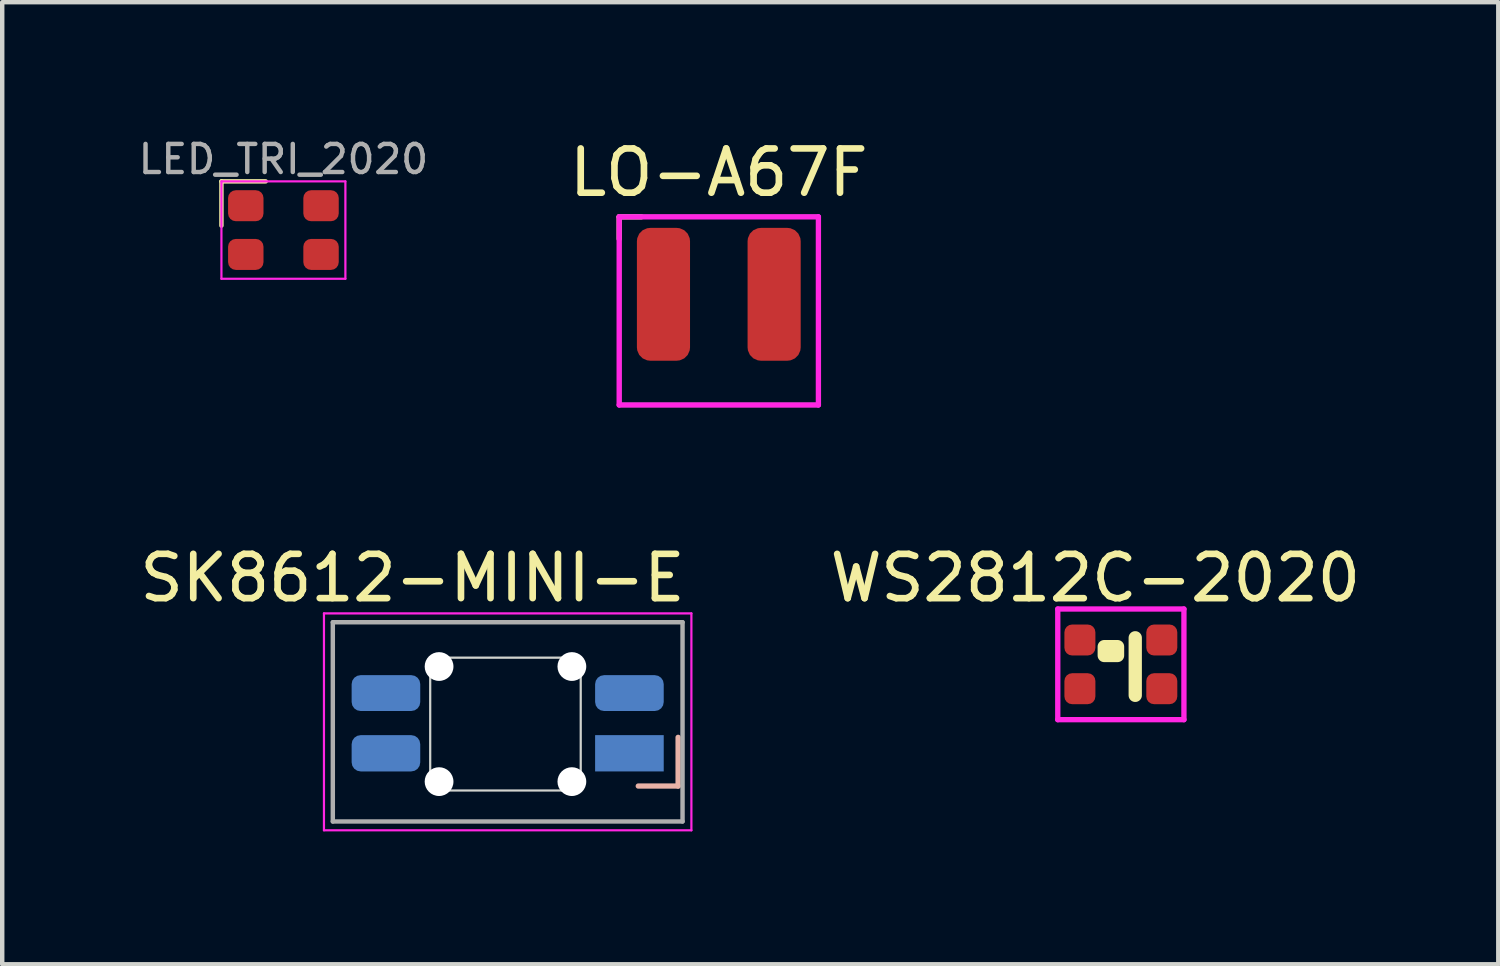
<source format=kicad_pcb>
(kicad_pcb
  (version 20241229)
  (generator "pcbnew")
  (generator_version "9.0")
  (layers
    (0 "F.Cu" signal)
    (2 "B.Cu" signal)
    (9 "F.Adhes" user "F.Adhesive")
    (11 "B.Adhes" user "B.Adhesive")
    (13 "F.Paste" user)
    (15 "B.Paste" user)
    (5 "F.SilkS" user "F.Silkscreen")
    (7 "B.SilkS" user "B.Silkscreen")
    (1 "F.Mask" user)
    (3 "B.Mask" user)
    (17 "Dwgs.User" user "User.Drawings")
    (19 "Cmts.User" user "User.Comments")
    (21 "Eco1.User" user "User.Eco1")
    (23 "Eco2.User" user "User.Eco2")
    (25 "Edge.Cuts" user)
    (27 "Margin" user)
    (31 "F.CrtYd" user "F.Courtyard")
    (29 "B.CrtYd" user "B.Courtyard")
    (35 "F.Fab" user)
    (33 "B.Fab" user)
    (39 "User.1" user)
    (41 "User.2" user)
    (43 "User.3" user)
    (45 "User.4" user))
  (footprint "LO-A67F"
    (layer "F.Cu")
    (at 13.187 3.598)
    (property "Reference" "LO-A67F" (at 0 -2.75 0) (unlocked yes) (layer "F.SilkS") (effects (font (size 1 1) (thickness 0.15))))
    (fp_line (start -2.25 -1.75) (end -1.75 -1.75) (stroke (width 0.12) (type solid)) (layer "F.SilkS"))
    (fp_line (start -2.25 -1.25) (end -2.25 -1.75) (stroke (width 0.12) (type solid)) (layer "F.SilkS"))
    (fp_line (start -2.25 -1.75) (end -2.25 2.5) (stroke (width 0.12) (type solid)) (layer "F.CrtYd"))
    (fp_line (start -2.25 -1.75) (end 2.25 -1.75) (stroke (width 0.12) (type solid)) (layer "F.CrtYd"))
    (fp_line (start 2.25 -1.75) (end 2.25 2.5) (stroke (width 0.12) (type solid)) (layer "F.CrtYd"))
    (fp_line (start 2.25 2.5) (end -2.25 2.5) (stroke (width 0.12) (type solid)) (layer "F.CrtYd"))
    (fp_line (start -2.25 -1.75) (end 2.25 -1.75) (stroke (width 0.1) (type solid)) (layer "F.Fab"))
    (fp_line (start -2.25 2.5) (end -2.25 -1.75) (stroke (width 0.1) (type solid)) (layer "F.Fab"))
    (fp_line (start 2.25 2.5) (end -2.25 2.5) (stroke (width 0.1) (type solid)) (layer "F.Fab"))
    (fp_line (start 2.25 2.5) (end 2.25 -1.75) (stroke (width 0.1) (type solid)) (layer "F.Fab"))
    (pad "1" smd roundrect (at -1.25 0) (size 1.2 3) (layers "F.Cu" "F.Mask" "F.Paste") (roundrect_rratio 0.25))
    (pad "2" smd roundrect (at 1.25 0) (size 1.2 3) (layers "F.Cu" "F.Mask" "F.Paste") (roundrect_rratio 0.25)))
  (footprint "LED_TRI_2020"
    (layer "F.Cu")
    (at 3.352 2.147)
    (property "Reference" "LED_TRI_2020" (at 0 -1.6 0) (layer "F.Fab") (effects (font (size 0.635 0.635) (thickness 0.1))))
    (attr smd)
    (fp_line (start -1.4 -1.1) (end -1.4 -0.1) (stroke (width 0.1) (type solid)) (layer "F.SilkS"))
    (fp_line (start -1.4 -1.1) (end -0.4 -1.1) (stroke (width 0.1) (type solid)) (layer "F.SilkS"))
    (fp_line (start -1.4 -1.1) (end 1.4 -1.1) (stroke (width 0.05) (type solid)) (layer "F.CrtYd"))
    (fp_line (start -1.4 1.1) (end -1.4 -1.1) (stroke (width 0.05) (type solid)) (layer "F.CrtYd"))
    (fp_line (start 1.4 -1.1) (end 1.4 1.1) (stroke (width 0.05) (type solid)) (layer "F.CrtYd"))
    (fp_line (start 1.4 1.1) (end -1.4 1.1) (stroke (width 0.05) (type solid)) (layer "F.CrtYd"))
    (pad "1" smd roundrect (at -0.85 -0.55) (size 0.8 0.7) (layers "F.Cu" "F.Mask" "F.Paste") (roundrect_rratio 0.25))
    (pad "2" smd roundrect (at 0.85 -0.55) (size 0.8 0.7) (layers "F.Cu" "F.Mask" "F.Paste") (roundrect_rratio 0.25))
    (pad "3" smd roundrect (at 0.85 0.55) (size 0.8 0.7) (layers "F.Cu" "F.Mask" "F.Paste") (roundrect_rratio 0.25))
    (pad "4" smd roundrect (at -0.85 0.55) (size 0.8 0.7) (layers "F.Cu" "F.Mask" "F.Paste") (roundrect_rratio 0.25)))
  (footprint "SK8612-MINI-E"
    (layer "F.Cu")
    (at 8.368 13.306)
    (property "Reference" "SK8612-MINI-E" (at -2.1 -3.3 0) (layer "F.SilkS") (effects (font (size 1 1) (thickness 0.15))))
    (attr through_hole)
    (fp_line (start 3 1.4) (end 3.9 1.4) (stroke (width 0.12) (type solid)) (layer "B.SilkS"))
    (fp_line (start 3.9 1.4) (end 3.9 0.3) (stroke (width 0.12) (type solid)) (layer "B.SilkS"))
    (fp_line (start -1.7 -1.5) (end -1.7 1.5) (stroke (width 0.05) (type solid)) (layer "Edge.Cuts"))
    (fp_line (start -1.7 1.5) (end 1.7 1.5) (stroke (width 0.05) (type solid)) (layer "Edge.Cuts"))
    (fp_line (start 1.7 -1.5) (end -1.7 -1.5) (stroke (width 0.05) (type solid)) (layer "Edge.Cuts"))
    (fp_line (start 1.7 1.5) (end 1.7 -1.5) (stroke (width 0.05) (type solid)) (layer "Edge.Cuts"))
    (fp_line (start -4.1 -2.5) (end -4.1 2.4) (stroke (width 0.05) (type solid)) (layer "F.CrtYd"))
    (fp_line (start -4.1 -2.5) (end 4.2 -2.5) (stroke (width 0.05) (type solid)) (layer "F.CrtYd"))
    (fp_line (start 4.2 2.4) (end -4.1 2.4) (stroke (width 0.05) (type solid)) (layer "F.CrtYd"))
    (fp_line (start 4.2 2.4) (end 4.2 -2.5) (stroke (width 0.05) (type solid)) (layer "F.CrtYd"))
    (fp_line (start -3.9 -2.3) (end -3.9 2.2) (stroke (width 0.1) (type solid)) (layer "F.Fab"))
    (fp_line (start -3.9 -2.3) (end 4 -2.3) (stroke (width 0.1) (type solid)) (layer "F.Fab"))
    (fp_line (start 4 2.2) (end -3.9 2.2) (stroke (width 0.1) (type solid)) (layer "F.Fab"))
    (fp_line (start 4 2.2) (end 4 -2.3) (stroke (width 0.1) (type solid)) (layer "F.Fab"))
    (pad "" np_thru_hole circle (at -1.5 -1.3) (size 0.65 0.65) (drill 0.65) (layers "*.Cu" "*.Mask"))
    (pad "" np_thru_hole circle (at -1.5 1.3) (size 0.65 0.65) (drill 0.65) (layers "*.Cu" "*.Mask"))
    (pad "" np_thru_hole circle (at 1.5 -1.3) (size 0.65 0.65) (drill 0.65) (layers "*.Cu" "*.Mask"))
    (pad "" np_thru_hole circle (at 1.5 1.3) (size 0.65 0.65) (drill 0.65) (layers "*.Cu" "*.Mask"))
    (pad "1" smd roundrect (at -2.7 -0.7) (size 1.55 0.81) (layers "B.Cu" "B.Mask" "B.Paste") (roundrect_rratio 0.25))
    (pad "2" smd roundrect (at -2.7 0.66) (size 1.55 0.82) (layers "B.Cu" "B.Mask" "B.Paste") (roundrect_rratio 0.25))
    (pad "3" smd rect (at 2.8 0.66) (size 1.55 0.82) (layers "B.Cu" "B.Mask" "B.Paste"))
    (pad "4" smd roundrect (at 2.8 -0.7) (size 1.55 0.81) (layers "B.Cu" "B.Mask" "B.Paste") (roundrect_rratio 0.25)))
  (footprint "WS2812C-2020"
    (layer "F.Cu")
    (at 22.294 11.957)
    (property "Reference" "WS2812C-2020" (at -0.6 -1.95 0) (unlocked yes) (layer "F.SilkS") (effects (font (size 1 1) (thickness 0.15))))
    (attr smd)
    (fp_line (start 0.3 -0.6) (end 0.3 0.7) (stroke (width 0.3) (type solid)) (layer "F.SilkS"))
    (fp_rect (start -0.4 -0.4) (end -0.1 -0.2) (stroke (width 0.3) (type solid)) (fill no) (layer "F.SilkS"))
    (fp_line (start -1.45 -1.25) (end -1.45 1.25) (stroke (width 0.12) (type solid)) (layer "F.CrtYd"))
    (fp_line (start -1.45 1.25) (end 1.4 1.25) (stroke (width 0.12) (type solid)) (layer "F.CrtYd"))
    (fp_line (start 1.4 -1.25) (end -1.45 -1.25) (stroke (width 0.12) (type solid)) (layer "F.CrtYd"))
    (fp_line (start 1.4 1.25) (end 1.4 -1.25) (stroke (width 0.12) (type solid)) (layer "F.CrtYd"))
    (pad "1" smd roundrect (at 0.9 0.55) (size 0.7 0.7) (layers "F.Cu" "F.Mask" "F.Paste") (roundrect_rratio 0.25))
    (pad "2" smd roundrect (at 0.9 -0.55) (size 0.7 0.7) (layers "F.Cu" "F.Mask" "F.Paste") (roundrect_rratio 0.25))
    (pad "3" smd roundrect (at -0.95 -0.55) (size 0.7 0.7) (layers "F.Cu" "F.Mask" "F.Paste") (roundrect_rratio 0.25))
    (pad "4" smd roundrect (at -0.95 0.55) (size 0.7 0.7) (layers "F.Cu" "F.Mask" "F.Paste") (roundrect_rratio 0.25)))
  (gr_rect
    (start -3 -3)
    (end 30.795 18.732)
    (stroke (width 0.1) (type default))
    (fill no)
    (layer "Edge.Cuts")))
</source>
